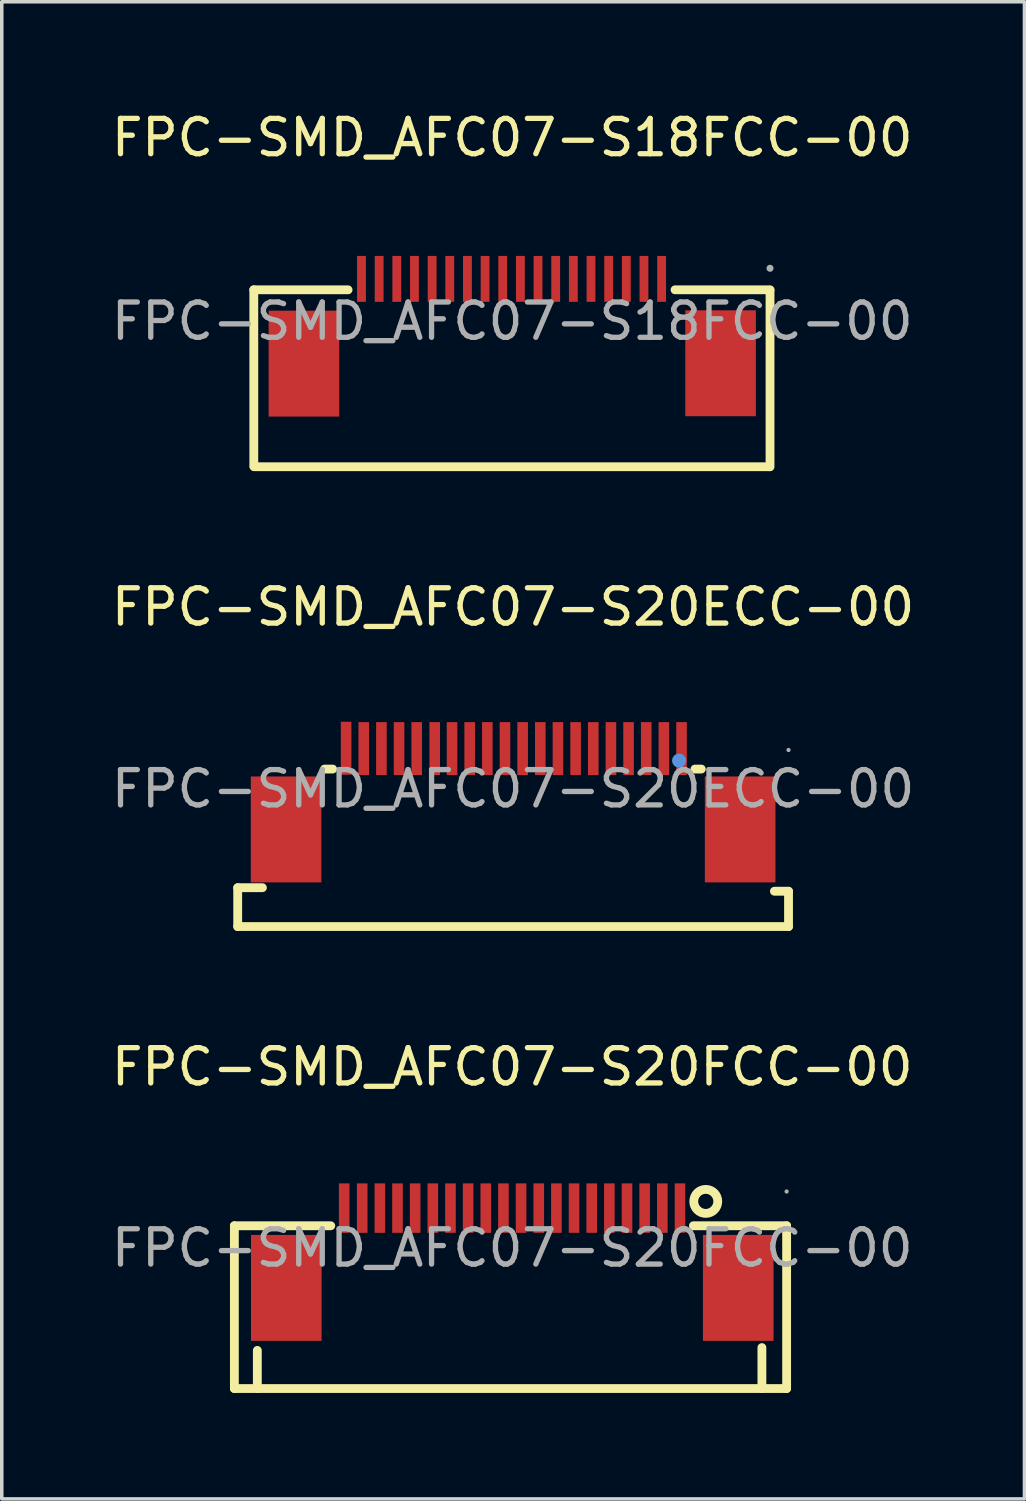
<source format=kicad_pcb>
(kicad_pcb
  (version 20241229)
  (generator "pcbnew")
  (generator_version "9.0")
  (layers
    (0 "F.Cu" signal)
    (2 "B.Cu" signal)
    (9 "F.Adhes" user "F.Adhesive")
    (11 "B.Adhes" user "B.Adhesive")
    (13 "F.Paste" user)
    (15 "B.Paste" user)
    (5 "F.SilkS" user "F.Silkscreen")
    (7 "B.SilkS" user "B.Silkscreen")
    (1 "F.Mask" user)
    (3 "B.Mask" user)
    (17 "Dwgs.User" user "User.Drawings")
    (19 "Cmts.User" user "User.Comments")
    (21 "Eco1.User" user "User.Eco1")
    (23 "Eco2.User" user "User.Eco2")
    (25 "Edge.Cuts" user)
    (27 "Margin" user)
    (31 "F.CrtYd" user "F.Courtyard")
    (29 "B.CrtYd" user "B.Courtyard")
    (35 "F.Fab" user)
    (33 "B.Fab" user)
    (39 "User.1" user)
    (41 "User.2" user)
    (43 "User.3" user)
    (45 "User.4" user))
  (footprint "FPC-SMD_AFC07-S20FCC-00"
    (layer "F.Cu")
    (at 11.458 32.295)
    (property "Reference" "FPC-SMD_AFC07-S20FCC-00" (at 0 -5.13 0) (layer "F.SilkS") (effects (font (size 1 1) (thickness 0.15))))
    (attr through_hole)
    (fp_line (start -7.87 -0.63) (end -7.87 3.98) (stroke (width 0.25) (type solid)) (layer "F.SilkS"))
    (fp_line (start -7.87 -0.63) (end -5.14 -0.63) (stroke (width 0.25) (type solid)) (layer "F.SilkS"))
    (fp_line (start -7.87 3.98) (end 7.77 3.98) (stroke (width 0.25) (type solid)) (layer "F.SilkS"))
    (fp_line (start -7.22 3.98) (end -7.22 2.9) (stroke (width 0.25) (type solid)) (layer "F.SilkS"))
    (fp_line (start 5.13 -0.63) (end 7.77 -0.63) (stroke (width 0.25) (type solid)) (layer "F.SilkS"))
    (fp_line (start 7.07 3.98) (end 7.07 2.82) (stroke (width 0.25) (type solid)) (layer "F.SilkS"))
    (fp_line (start 7.77 -0.63) (end 7.77 3.98) (stroke (width 0.25) (type solid)) (layer "F.SilkS"))
    (fp_circle (center 5.48 -1.32) (end 5.82 -1.32) (stroke (width 0.25) (type solid)) (fill no) (layer "F.SilkS"))
    (fp_circle (center 7.77 -1.6) (end 7.8 -1.6) (stroke (width 0.06) (type solid)) (fill no) (layer "F.Fab"))
    (fp_text user "${REFERENCE}" (at 0 0 0) (layer "F.Fab") (effects (font (size 1 1) (thickness 0.15))))
    (pad "1" smd rect (at 4.75 -1.13 180) (size 0.3 1.4) (layers "F.Cu" "F.Mask" "F.Paste"))
    (pad "2" smd rect (at 4.25 -1.13 180) (size 0.3 1.4) (layers "F.Cu" "F.Mask" "F.Paste"))
    (pad "3" smd rect (at 3.75 -1.13 180) (size 0.3 1.4) (layers "F.Cu" "F.Mask" "F.Paste"))
    (pad "4" smd rect (at 3.25 -1.13 180) (size 0.3 1.4) (layers "F.Cu" "F.Mask" "F.Paste"))
    (pad "5" smd rect (at 2.75 -1.13 180) (size 0.3 1.4) (layers "F.Cu" "F.Mask" "F.Paste"))
    (pad "6" smd rect (at 2.25 -1.13 180) (size 0.3 1.4) (layers "F.Cu" "F.Mask" "F.Paste"))
    (pad "7" smd rect (at 1.75 -1.13 180) (size 0.3 1.4) (layers "F.Cu" "F.Mask" "F.Paste"))
    (pad "8" smd rect (at 1.25 -1.13 180) (size 0.3 1.4) (layers "F.Cu" "F.Mask" "F.Paste"))
    (pad "9" smd rect (at 0.75 -1.13 180) (size 0.3 1.4) (layers "F.Cu" "F.Mask" "F.Paste"))
    (pad "10" smd rect (at 0.25 -1.13 180) (size 0.3 1.4) (layers "F.Cu" "F.Mask" "F.Paste"))
    (pad "11" smd rect (at -0.25 -1.13 180) (size 0.3 1.4) (layers "F.Cu" "F.Mask" "F.Paste"))
    (pad "12" smd rect (at -0.75 -1.13 180) (size 0.3 1.4) (layers "F.Cu" "F.Mask" "F.Paste"))
    (pad "13" smd rect (at -1.25 -1.13 180) (size 0.3 1.4) (layers "F.Cu" "F.Mask" "F.Paste"))
    (pad "14" smd rect (at -1.75 -1.13 180) (size 0.3 1.4) (layers "F.Cu" "F.Mask" "F.Paste"))
    (pad "15" smd rect (at -2.25 -1.13 180) (size 0.3 1.4) (layers "F.Cu" "F.Mask" "F.Paste"))
    (pad "16" smd rect (at -2.75 -1.13 180) (size 0.3 1.4) (layers "F.Cu" "F.Mask" "F.Paste"))
    (pad "17" smd rect (at -3.25 -1.13 180) (size 0.3 1.4) (layers "F.Cu" "F.Mask" "F.Paste"))
    (pad "18" smd rect (at -3.75 -1.13 180) (size 0.3 1.4) (layers "F.Cu" "F.Mask" "F.Paste"))
    (pad "19" smd rect (at -4.25 -1.13 180) (size 0.3 1.4) (layers "F.Cu" "F.Mask" "F.Paste"))
    (pad "20" smd rect (at -4.76 -1.13 180) (size 0.3 1.4) (layers "F.Cu" "F.Mask" "F.Paste"))
    (pad "21" smd rect (at -6.4 1.13) (size 2 3) (layers "F.Cu" "F.Mask" "F.Paste"))
    (pad "22" smd rect (at 6.4 1.13 180) (size 2 3) (layers "F.Cu" "F.Mask" "F.Paste")))
  (footprint "FPC-SMD_AFC07-S18FCC-00"
    (layer "F.Cu")
    (at 11.458 6.048)
    (property "Reference" "FPC-SMD_AFC07-S18FCC-00" (at 0 -5.2 0) (layer "F.SilkS") (effects (font (size 1 1) (thickness 0.15))))
    (attr through_hole)
    (fp_line (start -7.32 -0.89) (end -4.65 -0.89) (stroke (width 0.25) (type solid)) (layer "F.SilkS"))
    (fp_line (start -7.32 4.11) (end -7.32 -0.89) (stroke (width 0.25) (type solid)) (layer "F.SilkS"))
    (fp_line (start -7.31 4.12) (end 7.29 4.12) (stroke (width 0.25) (type solid)) (layer "F.SilkS"))
    (fp_line (start 4.61 -0.89) (end 7.3 -0.89) (stroke (width 0.25) (type solid)) (layer "F.SilkS"))
    (fp_line (start 7.3 4.12) (end 7.3 -0.88) (stroke (width 0.25) (type solid)) (layer "F.SilkS"))
    (fp_circle (center 7.3 -1.5) (end 7.35 -1.5) (stroke (width 0.1) (type solid)) (fill no) (layer "F.Fab"))
    (fp_text user "${REFERENCE}" (at 0 0 0) (layer "F.Fab") (effects (font (size 1 1) (thickness 0.15))))
    (pad "1" smd rect (at 4.23 -1.2) (size 0.25 1.3) (layers "F.Cu" "F.Mask" "F.Paste"))
    (pad "2" smd rect (at 3.73 -1.2) (size 0.25 1.3) (layers "F.Cu" "F.Mask" "F.Paste"))
    (pad "3" smd rect (at 3.23 -1.2) (size 0.25 1.3) (layers "F.Cu" "F.Mask" "F.Paste"))
    (pad "4" smd rect (at 2.73 -1.2) (size 0.25 1.3) (layers "F.Cu" "F.Mask" "F.Paste"))
    (pad "5" smd rect (at 2.23 -1.2) (size 0.25 1.3) (layers "F.Cu" "F.Mask" "F.Paste"))
    (pad "6" smd rect (at 1.73 -1.2) (size 0.25 1.3) (layers "F.Cu" "F.Mask" "F.Paste"))
    (pad "7" smd rect (at 1.23 -1.2) (size 0.25 1.3) (layers "F.Cu" "F.Mask" "F.Paste"))
    (pad "8" smd rect (at 0.73 -1.2) (size 0.25 1.3) (layers "F.Cu" "F.Mask" "F.Paste"))
    (pad "9" smd rect (at 0.23 -1.2) (size 0.25 1.3) (layers "F.Cu" "F.Mask" "F.Paste"))
    (pad "10" smd rect (at -0.27 -1.2) (size 0.25 1.3) (layers "F.Cu" "F.Mask" "F.Paste"))
    (pad "11" smd rect (at -0.77 -1.2) (size 0.25 1.3) (layers "F.Cu" "F.Mask" "F.Paste"))
    (pad "12" smd rect (at -1.27 -1.2) (size 0.25 1.3) (layers "F.Cu" "F.Mask" "F.Paste"))
    (pad "13" smd rect (at -1.77 -1.2) (size 0.25 1.3) (layers "F.Cu" "F.Mask" "F.Paste"))
    (pad "14" smd rect (at -2.27 -1.2) (size 0.25 1.3) (layers "F.Cu" "F.Mask" "F.Paste"))
    (pad "15" smd rect (at -2.77 -1.2) (size 0.25 1.3) (layers "F.Cu" "F.Mask" "F.Paste"))
    (pad "16" smd rect (at -3.27 -1.2) (size 0.25 1.3) (layers "F.Cu" "F.Mask" "F.Paste"))
    (pad "17" smd rect (at -3.77 -1.2) (size 0.25 1.3) (layers "F.Cu" "F.Mask" "F.Paste"))
    (pad "18" smd rect (at -4.27 -1.2) (size 0.25 1.3) (layers "F.Cu" "F.Mask" "F.Paste"))
    (pad "19" smd rect (at -5.9 1.2) (size 2 3) (layers "F.Cu" "F.Mask" "F.Paste"))
    (pad "20" smd rect (at 5.9 1.19) (size 2 3) (layers "F.Cu" "F.Mask" "F.Paste")))
  (footprint "FPC-SMD_AFC07-S20ECC-00"
    (layer "F.Cu")
    (at 11.482 19.291)
    (property "Reference" "FPC-SMD_AFC07-S20ECC-00" (at 0 -5.15 0) (layer "F.SilkS") (effects (font (size 1 1) (thickness 0.15))))
    (attr through_hole)
    (fp_line (start -7.8 2.8) (end -7.8 3.9) (stroke (width 0.25) (type solid)) (layer "F.SilkS"))
    (fp_line (start -7.8 3.9) (end 7.8 3.9) (stroke (width 0.25) (type solid)) (layer "F.SilkS"))
    (fp_line (start -7.1 2.8) (end -7.8 2.8) (stroke (width 0.25) (type solid)) (layer "F.SilkS"))
    (fp_line (start -5.34 -0.56) (end -5.11 -0.56) (stroke (width 0.25) (type solid)) (layer "F.SilkS"))
    (fp_line (start 5.15 -0.56) (end 5.33 -0.56) (stroke (width 0.25) (type solid)) (layer "F.SilkS"))
    (fp_line (start 7.8 2.9) (end 7.4 2.9) (stroke (width 0.25) (type solid)) (layer "F.SilkS"))
    (fp_line (start 7.8 3.9) (end 7.8 2.9) (stroke (width 0.25) (type solid)) (layer "F.SilkS"))
    (fp_circle (center 4.7 -0.8) (end 4.8 -0.8) (stroke (width 0.2) (type solid)) (fill no) (layer "Cmts.User"))
    (fp_circle (center 7.8 -1.1) (end 7.83 -1.1) (stroke (width 0.06) (type solid)) (fill no) (layer "F.Fab"))
    (fp_text user "${REFERENCE}" (at 0 0 0) (layer "F.Fab") (effects (font (size 1 1) (thickness 0.15))))
    (pad "1" smd rect (at 4.77 -1.14 180) (size 0.3 1.5) (layers "F.Cu" "F.Mask" "F.Paste"))
    (pad "2" smd rect (at 4.27 -1.14 180) (size 0.3 1.5) (layers "F.Cu" "F.Mask" "F.Paste"))
    (pad "3" smd rect (at 3.77 -1.14 180) (size 0.3 1.5) (layers "F.Cu" "F.Mask" "F.Paste"))
    (pad "4" smd rect (at 3.27 -1.14 180) (size 0.3 1.5) (layers "F.Cu" "F.Mask" "F.Paste"))
    (pad "5" smd rect (at 2.77 -1.14 180) (size 0.3 1.5) (layers "F.Cu" "F.Mask" "F.Paste"))
    (pad "6" smd rect (at 2.27 -1.14 180) (size 0.3 1.5) (layers "F.Cu" "F.Mask" "F.Paste"))
    (pad "7" smd rect (at 1.77 -1.14 180) (size 0.3 1.5) (layers "F.Cu" "F.Mask" "F.Paste"))
    (pad "8" smd rect (at 1.27 -1.14 180) (size 0.3 1.5) (layers "F.Cu" "F.Mask" "F.Paste"))
    (pad "9" smd rect (at 0.77 -1.14 180) (size 0.3 1.5) (layers "F.Cu" "F.Mask" "F.Paste"))
    (pad "10" smd rect (at 0.27 -1.14 180) (size 0.3 1.5) (layers "F.Cu" "F.Mask" "F.Paste"))
    (pad "11" smd rect (at -0.23 -1.14 180) (size 0.3 1.5) (layers "F.Cu" "F.Mask" "F.Paste"))
    (pad "12" smd rect (at -0.73 -1.14 180) (size 0.3 1.5) (layers "F.Cu" "F.Mask" "F.Paste"))
    (pad "13" smd rect (at -1.23 -1.14 180) (size 0.3 1.5) (layers "F.Cu" "F.Mask" "F.Paste"))
    (pad "14" smd rect (at -1.73 -1.14 180) (size 0.3 1.5) (layers "F.Cu" "F.Mask" "F.Paste"))
    (pad "15" smd rect (at -2.22 -1.14 180) (size 0.3 1.5) (layers "F.Cu" "F.Mask" "F.Paste"))
    (pad "16" smd rect (at -2.73 -1.14 180) (size 0.3 1.5) (layers "F.Cu" "F.Mask" "F.Paste"))
    (pad "17" smd rect (at -3.23 -1.14 180) (size 0.3 1.5) (layers "F.Cu" "F.Mask" "F.Paste"))
    (pad "18" smd rect (at -3.73 -1.14 180) (size 0.3 1.5) (layers "F.Cu" "F.Mask" "F.Paste"))
    (pad "19" smd rect (at -4.23 -1.14 180) (size 0.3 1.5) (layers "F.Cu" "F.Mask" "F.Paste"))
    (pad "20" smd rect (at -4.73 -1.15 180) (size 0.3 1.5) (layers "F.Cu" "F.Mask" "F.Paste"))
    (pad "21" smd rect (at -6.43 1.15) (size 2 3) (layers "F.Cu" "F.Mask" "F.Paste"))
    (pad "22" smd rect (at 6.43 1.15 180) (size 2 3) (layers "F.Cu" "F.Mask" "F.Paste")))
  (gr_rect
    (start -3 -3)
    (end 25.964 39.4)
    (stroke (width 0.1) (type default))
    (fill no)
    (layer "Edge.Cuts")))
</source>
